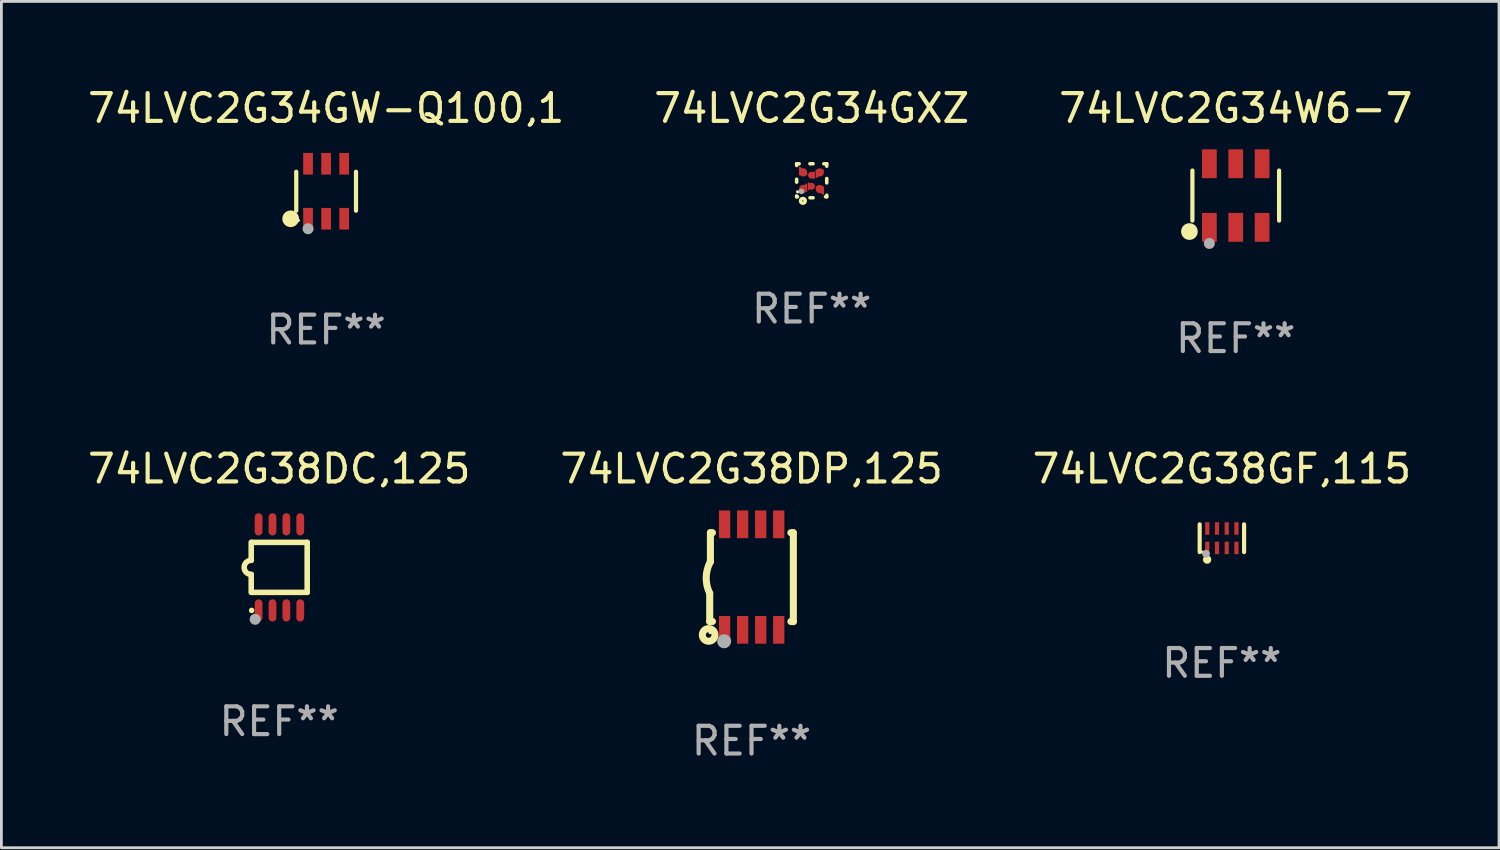
<source format=kicad_pcb>
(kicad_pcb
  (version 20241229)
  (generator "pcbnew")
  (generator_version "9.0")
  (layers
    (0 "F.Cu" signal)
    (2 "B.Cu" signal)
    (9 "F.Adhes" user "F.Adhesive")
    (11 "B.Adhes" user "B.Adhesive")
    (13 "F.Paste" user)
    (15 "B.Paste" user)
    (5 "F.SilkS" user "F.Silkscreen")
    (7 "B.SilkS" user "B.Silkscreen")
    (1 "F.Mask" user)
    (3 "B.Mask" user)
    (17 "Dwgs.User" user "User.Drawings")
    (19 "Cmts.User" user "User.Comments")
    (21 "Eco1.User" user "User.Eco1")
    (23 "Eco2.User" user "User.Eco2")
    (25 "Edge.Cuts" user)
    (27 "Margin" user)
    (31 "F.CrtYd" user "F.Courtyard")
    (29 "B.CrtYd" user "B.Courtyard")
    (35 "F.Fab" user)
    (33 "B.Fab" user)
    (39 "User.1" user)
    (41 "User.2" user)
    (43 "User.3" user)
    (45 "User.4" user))
  (footprint "74LVC2G34GW-Q100,1"
    (layer "F.Cu")
    (at 8.696 3.838)
    (property "Reference" "74LVC2G34GW-Q100,1" (at 0 -2.99 0) (layer "F.SilkS") (effects (font (size 1 1) (thickness 0.15))))
    (attr through_hole)
    (fp_line (start -1.076 0.701) (end -1.076 -0.701) (stroke (width 0.152) (type solid)) (layer "F.SilkS"))
    (fp_line (start 1.076 0.701) (end 1.076 -0.701) (stroke (width 0.152) (type solid)) (layer "F.SilkS"))
    (fp_circle (center -1.277 0.992) (end -1.127 0.992) (stroke (width 0.3) (type solid)) (fill no) (layer "F.SilkS"))
    (fp_circle (center -1 1.05) (end -0.97 1.05) (stroke (width 0.06) (type solid)) (fill no) (layer "F.SilkS"))
    (fp_circle (center -0.65 1.35) (end -0.55 1.35) (stroke (width 0.2) (type solid)) (fill no) (layer "F.Fab"))
    (fp_text user "REF**" (at 0 4.99 0) (layer "F.Fab") (effects (font (size 1 1) (thickness 0.15))))
    (pad "1" smd rect (at -0.65 0.99) (size 0.35 0.78) (layers "F.Cu" "F.Mask" "F.Paste"))
    (pad "2" smd rect (at 0 0.99) (size 0.35 0.78) (layers "F.Cu" "F.Mask" "F.Paste"))
    (pad "3" smd rect (at 0.65 0.99) (size 0.35 0.78) (layers "F.Cu" "F.Mask" "F.Paste"))
    (pad "4" smd rect (at 0.65 -0.99) (size 0.35 0.78) (layers "F.Cu" "F.Mask" "F.Paste"))
    (pad "5" smd rect (at 0 -0.99) (size 0.35 0.78) (layers "F.Cu" "F.Mask" "F.Paste"))
    (pad "6" smd rect (at -0.65 -0.99) (size 0.35 0.78) (layers "F.Cu" "F.Mask" "F.Paste")))
  (footprint "74LVC2G38DC,125"
    (layer "F.Cu")
    (at 7.006 17.385)
    (property "Reference" "74LVC2G38DC,125" (at 0 -3.55 0) (layer "F.SilkS") (effects (font (size 1 1) (thickness 0.15))))
    (attr through_hole)
    (fp_line (start -1.008 -0.254) (end -1.008 -0.9) (stroke (width 0.2) (type solid)) (layer "F.SilkS"))
    (fp_line (start -1.008 0.254) (end -1.008 0.9) (stroke (width 0.2) (type solid)) (layer "F.SilkS"))
    (fp_line (start -0.992 0.9) (end 1.008 0.9) (stroke (width 0.2) (type solid)) (layer "F.SilkS"))
    (fp_line (start 1.008 -0.9) (end -0.992 -0.9) (stroke (width 0.2) (type solid)) (layer "F.SilkS"))
    (fp_line (start 1.008 0.9) (end 1.008 -0.9) (stroke (width 0.2) (type solid)) (layer "F.SilkS"))
    (fp_arc (start -1.008001 0.254001) (mid -1.262002 0) (end -1.008001 -0.254001) (stroke (width 0.2) (type solid)) (layer "F.SilkS"))
    (fp_circle (center -0.992 1.55) (end -0.942 1.55) (stroke (width 0.1) (type solid)) (fill no) (layer "F.SilkS"))
    (fp_circle (center -0.866 1.87) (end -0.766 1.87) (stroke (width 0.2) (type solid)) (fill no) (layer "F.Fab"))
    (fp_text user "REF**" (at 0 5.55 0) (layer "F.Fab") (effects (font (size 1 1) (thickness 0.15))))
    (pad "1" smd oval (at -0.742 1.55 270) (size 0.8 0.28) (layers "F.Cu" "F.Mask" "F.Paste"))
    (pad "2" smd oval (at -0.242 1.55 270) (size 0.8 0.28) (layers "F.Cu" "F.Mask" "F.Paste"))
    (pad "3" smd oval (at 0.258 1.55 270) (size 0.8 0.28) (layers "F.Cu" "F.Mask" "F.Paste"))
    (pad "4" smd oval (at 0.758 1.55 270) (size 0.8 0.28) (layers "F.Cu" "F.Mask" "F.Paste"))
    (pad "5" smd oval (at 0.758 -1.55 270) (size 0.8 0.28) (layers "F.Cu" "F.Mask" "F.Paste"))
    (pad "6" smd oval (at 0.258 -1.55 270) (size 0.8 0.28) (layers "F.Cu" "F.Mask" "F.Paste"))
    (pad "7" smd oval (at -0.242 -1.55 270) (size 0.8 0.28) (layers "F.Cu" "F.Mask" "F.Paste"))
    (pad "8" smd oval (at -0.742 -1.55 270) (size 0.8 0.28) (layers "F.Cu" "F.Mask" "F.Paste")))
  (footprint "74LVC2G38GF,115"
    (layer "F.Cu")
    (at 40.958 16.335)
    (property "Reference" "74LVC2G38GF,115" (at 0 -2.5 0) (layer "F.SilkS") (effects (font (size 1 1) (thickness 0.15))))
    (attr through_hole)
    (fp_line (start -0.8 -0.5) (end -0.8 0.5) (stroke (width 0.15) (type solid)) (layer "F.SilkS"))
    (fp_line (start 0.8 -0.5) (end 0.8 0.5) (stroke (width 0.15) (type solid)) (layer "F.SilkS"))
    (fp_circle (center -0.7 0.5) (end -0.67 0.5) (stroke (width 0.06) (type solid)) (fill no) (layer "F.SilkS"))
    (fp_circle (center -0.53 0.77) (end -0.454 0.77) (stroke (width 0.15) (type solid)) (fill no) (layer "F.SilkS"))
    (fp_circle (center -0.57 0.56) (end -0.5 0.56) (stroke (width 0.14) (type solid)) (fill no) (layer "F.Fab"))
    (fp_text user "REF**" (at 0 4.5 0) (layer "F.Fab") (effects (font (size 1 1) (thickness 0.15))))
    (pad "1" smd rect (at -0.525 0.35) (size 0.15 0.45) (layers "F.Cu" "F.Mask" "F.Paste"))
    (pad "2" smd rect (at -0.175 0.35) (size 0.15 0.45) (layers "F.Cu" "F.Mask" "F.Paste"))
    (pad "3" smd rect (at 0.175 0.35) (size 0.15 0.45) (layers "F.Cu" "F.Mask" "F.Paste"))
    (pad "4" smd rect (at 0.525 0.35) (size 0.15 0.45) (layers "F.Cu" "F.Mask" "F.Paste"))
    (pad "5" smd rect (at 0.525 -0.35) (size 0.15 0.45) (layers "F.Cu" "F.Mask" "F.Paste"))
    (pad "6" smd rect (at 0.175 -0.35) (size 0.15 0.45) (layers "F.Cu" "F.Mask" "F.Paste"))
    (pad "7" smd rect (at -0.175 -0.35) (size 0.15 0.45) (layers "F.Cu" "F.Mask" "F.Paste"))
    (pad "8" smd rect (at -0.525 -0.35) (size 0.15 0.45) (layers "F.Cu" "F.Mask" "F.Paste")))
  (footprint "74LVC2G34GXZ"
    (layer "F.Cu")
    (at 26.185 3.461)
    (property "Reference" "74LVC2G34GXZ" (at 0 -2.613 0) (layer "F.SilkS") (effects (font (size 1 1) (thickness 0.15))))
    (attr through_hole)
    (fp_line (start -0.542 -0.613) (end -0.451 -0.613) (stroke (width 0.127) (type solid)) (layer "F.SilkS"))
    (fp_line (start -0.542 -0.55) (end -0.542 -0.613) (stroke (width 0.127) (type solid)) (layer "F.SilkS"))
    (fp_line (start -0.542 0.05) (end -0.542 -0.055) (stroke (width 0.127) (type solid)) (layer "F.SilkS"))
    (fp_line (start -0.542 0.577) (end -0.542 0.545) (stroke (width 0.127) (type solid)) (layer "F.SilkS"))
    (fp_line (start -0.512 0.577) (end -0.542 0.577) (stroke (width 0.127) (type solid)) (layer "F.SilkS"))
    (fp_line (start -0.064 -0.613) (end 0.049 -0.613) (stroke (width 0.127) (type solid)) (layer "F.SilkS"))
    (fp_line (start -0.062 0.613) (end 0.051 0.613) (stroke (width 0.127) (type solid)) (layer "F.SilkS"))
    (fp_line (start 0.436 -0.613) (end 0.542 -0.613) (stroke (width 0.127) (type solid)) (layer "F.SilkS"))
    (fp_line (start 0.542 -0.613) (end 0.542 -0.524) (stroke (width 0.127) (type solid)) (layer "F.SilkS"))
    (fp_line (start 0.542 -0.081) (end 0.542 0.076) (stroke (width 0.127) (type solid)) (layer "F.SilkS"))
    (fp_line (start 0.542 0.519) (end 0.542 0.577) (stroke (width 0.127) (type solid)) (layer "F.SilkS"))
    (fp_line (start 0.542 0.577) (end 0.497 0.577) (stroke (width 0.127) (type solid)) (layer "F.SilkS"))
    (fp_circle (center -0.508 0.397) (end -0.478 0.397) (stroke (width 0.06) (type solid)) (fill no) (layer "F.SilkS"))
    (fp_circle (center -0.317 0.723) (end -0.296 0.723) (stroke (width 0.127) (type solid)) (fill no) (layer "F.SilkS"))
    (fp_circle (center -0.373 0.382) (end -0.322 0.382) (stroke (width 0.1) (type solid)) (fill no) (layer "F.Fab"))
    (fp_text user "REF**" (at 0 4.613 0) (layer "F.Fab") (effects (font (size 1 1) (thickness 0.15))))
    (pad "1" smd custom (at -0.308 0.298 90) (size 0.3 0.3) (layers "F.Cu" "F.Mask" "F.Paste") (options (anchor circle)) (primitives (gr_poly (pts (xy -0.1 0.15) (xy 0.2 0.15) (xy 0.2 0.1) (xy -0.05 -0.15) (xy -0.1 -0.15)) (width 0) (fill yes))))
    (pad "2" smd custom (at -0.008 0.197 90) (size 0.25 0.3) (layers "F.Cu" "F.Mask" "F.Paste") (options (anchor circle)) (primitives (gr_poly (pts (xy -0.15 -0.125) (xy 0.15 -0.125) (xy 0.000076 0.125)) (width 0) (fill yes))))
    (pad "3" smd custom (at 0.292 0.298 90) (size 0.3 0.3) (layers "F.Cu" "F.Mask" "F.Paste") (options (anchor circle)) (primitives (gr_poly (pts (xy 0.1 0.15) (xy 0.1 -0.15) (xy 0.05 -0.15) (xy -0.2 0.1) (xy -0.2 0.15)) (width 0) (fill yes))))
    (pad "4" smd custom (at 0.292 -0.302 90) (size 0.3 0.3) (layers "F.Cu" "F.Mask" "F.Paste") (options (anchor circle)) (primitives (gr_poly (pts (xy 0.1 -0.15) (xy -0.2 -0.15) (xy -0.2 -0.1) (xy 0.05 0.15) (xy 0.1 0.15)) (width 0) (fill yes))))
    (pad "5" smd custom (at -0.008 -0.202 90) (size 0.25 0.3) (layers "F.Cu" "F.Mask" "F.Paste") (options (anchor circle)) (primitives (gr_poly (pts (xy -0.15 0.125) (xy 0.15 0.125) (xy 0.000051 -0.125)) (width 0) (fill yes))))
    (pad "6" smd custom (at -0.308 -0.302 90) (size 0.3 0.3) (layers "F.Cu" "F.Mask" "F.Paste") (options (anchor circle)) (primitives (gr_poly (pts (xy -0.1 -0.15) (xy 0.2 -0.15) (xy 0.2 -0.1) (xy -0.05 0.15) (xy -0.1 0.15)) (width 0) (fill yes)))))
  (footprint "74LVC2G34W6-7"
    (layer "F.Cu")
    (at 41.458 3.993)
    (property "Reference" "74LVC2G34W6-7" (at 0 -3.145 0) (layer "F.SilkS") (effects (font (size 1 1) (thickness 0.15))))
    (attr through_hole)
    (fp_line (start -1.561 0.901) (end -1.561 -0.901) (stroke (width 0.152) (type solid)) (layer "F.SilkS"))
    (fp_line (start 1.561 0.901) (end 1.561 -0.901) (stroke (width 0.152) (type solid)) (layer "F.SilkS"))
    (fp_circle (center -1.668 1.297) (end -1.518 1.297) (stroke (width 0.3) (type solid)) (fill no) (layer "F.SilkS"))
    (fp_circle (center -1.485 1.425) (end -1.455 1.425) (stroke (width 0.06) (type solid)) (fill no) (layer "F.SilkS"))
    (fp_circle (center -0.95 1.725) (end -0.85 1.725) (stroke (width 0.2) (type solid)) (fill no) (layer "F.Fab"))
    (fp_text user "REF**" (at 0 5.145 0) (layer "F.Fab") (effects (font (size 1 1) (thickness 0.15))))
    (pad "1" smd rect (at -0.95 1.145) (size 0.532 1.04) (layers "F.Cu" "F.Mask" "F.Paste"))
    (pad "2" smd rect (at 0 1.145) (size 0.532 1.04) (layers "F.Cu" "F.Mask" "F.Paste"))
    (pad "3" smd rect (at 0.95 1.145) (size 0.532 1.04) (layers "F.Cu" "F.Mask" "F.Paste"))
    (pad "4" smd rect (at 0.95 -1.145) (size 0.532 1.04) (layers "F.Cu" "F.Mask" "F.Paste"))
    (pad "5" smd rect (at 0 -1.145) (size 0.532 1.04) (layers "F.Cu" "F.Mask" "F.Paste"))
    (pad "6" smd rect (at -0.95 -1.145) (size 0.532 1.04) (layers "F.Cu" "F.Mask" "F.Paste")))
  (footprint "74LVC2G38DP,125"
    (layer "F.Cu")
    (at 24.018 17.735)
    (property "Reference" "74LVC2G38DP,125" (at 0 -3.9 0) (layer "F.SilkS") (effects (font (size 1 1) (thickness 0.15))))
    (attr through_hole)
    (fp_line (start -1.506 1.6) (end -1.506 0.584) (stroke (width 0.254) (type solid)) (layer "F.SilkS"))
    (fp_line (start -1.506 1.6) (end -1.407 1.6) (stroke (width 0.254) (type solid)) (layer "F.SilkS"))
    (fp_line (start -1.481 -1.599) (end -1.481 -0.549) (stroke (width 0.254) (type solid)) (layer "F.SilkS"))
    (fp_line (start -1.481 -1.599) (end -1.407 -1.599) (stroke (width 0.254) (type solid)) (layer "F.SilkS"))
    (fp_line (start 1.417 -1.599) (end 1.506 -1.599) (stroke (width 0.254) (type solid)) (layer "F.SilkS"))
    (fp_line (start 1.417 1.6) (end 1.506 1.6) (stroke (width 0.254) (type solid)) (layer "F.SilkS"))
    (fp_line (start 1.506 1.603) (end 1.506 -1.595) (stroke (width 0.254) (type solid)) (layer "F.SilkS"))
    (fp_arc (start -1.506223 0.584328) (mid -1.632455 0.00974) (end -1.480823 -0.558674) (stroke (width 0.254001) (type solid)) (layer "F.SilkS"))
    (fp_circle (center -1.544 2.083) (end -1.443 2.083) (stroke (width 0.254) (type solid)) (fill no) (layer "F.SilkS"))
    (fp_circle (center -1.495 2) (end -1.465 2) (stroke (width 0.06) (type solid)) (fill no) (layer "F.SilkS"))
    (fp_circle (center -0.986 2.312) (end -0.859 2.312) (stroke (width 0.254) (type solid)) (fill no) (layer "F.Fab"))
    (fp_text user "REF**" (at 0 5.9 0) (layer "F.Fab") (effects (font (size 1 1) (thickness 0.15))))
    (pad "1" smd rect (at -0.97 1.9 90) (size 1 0.406) (layers "F.Cu" "F.Mask" "F.Paste"))
    (pad "2" smd rect (at -0.32 1.9 90) (size 1 0.406) (layers "F.Cu" "F.Mask" "F.Paste"))
    (pad "3" smd rect (at 0.33 1.9 90) (size 1 0.406) (layers "F.Cu" "F.Mask" "F.Paste"))
    (pad "4" smd rect (at 0.98 1.9 90) (size 1 0.406) (layers "F.Cu" "F.Mask" "F.Paste"))
    (pad "5" smd rect (at 0.98 -1.9 90) (size 1 0.406) (layers "F.Cu" "F.Mask" "F.Paste"))
    (pad "6" smd rect (at 0.33 -1.9 90) (size 1 0.406) (layers "F.Cu" "F.Mask" "F.Paste"))
    (pad "7" smd rect (at -0.32 -1.9 90) (size 1 0.406) (layers "F.Cu" "F.Mask" "F.Paste"))
    (pad "8" smd rect (at -0.97 -1.9 90) (size 1 0.406) (layers "F.Cu" "F.Mask" "F.Paste")))
  (gr_rect
    (start -3 -3)
    (end 50.94 27.483)
    (stroke (width 0.1) (type default))
    (fill no)
    (layer "Edge.Cuts")))
</source>
